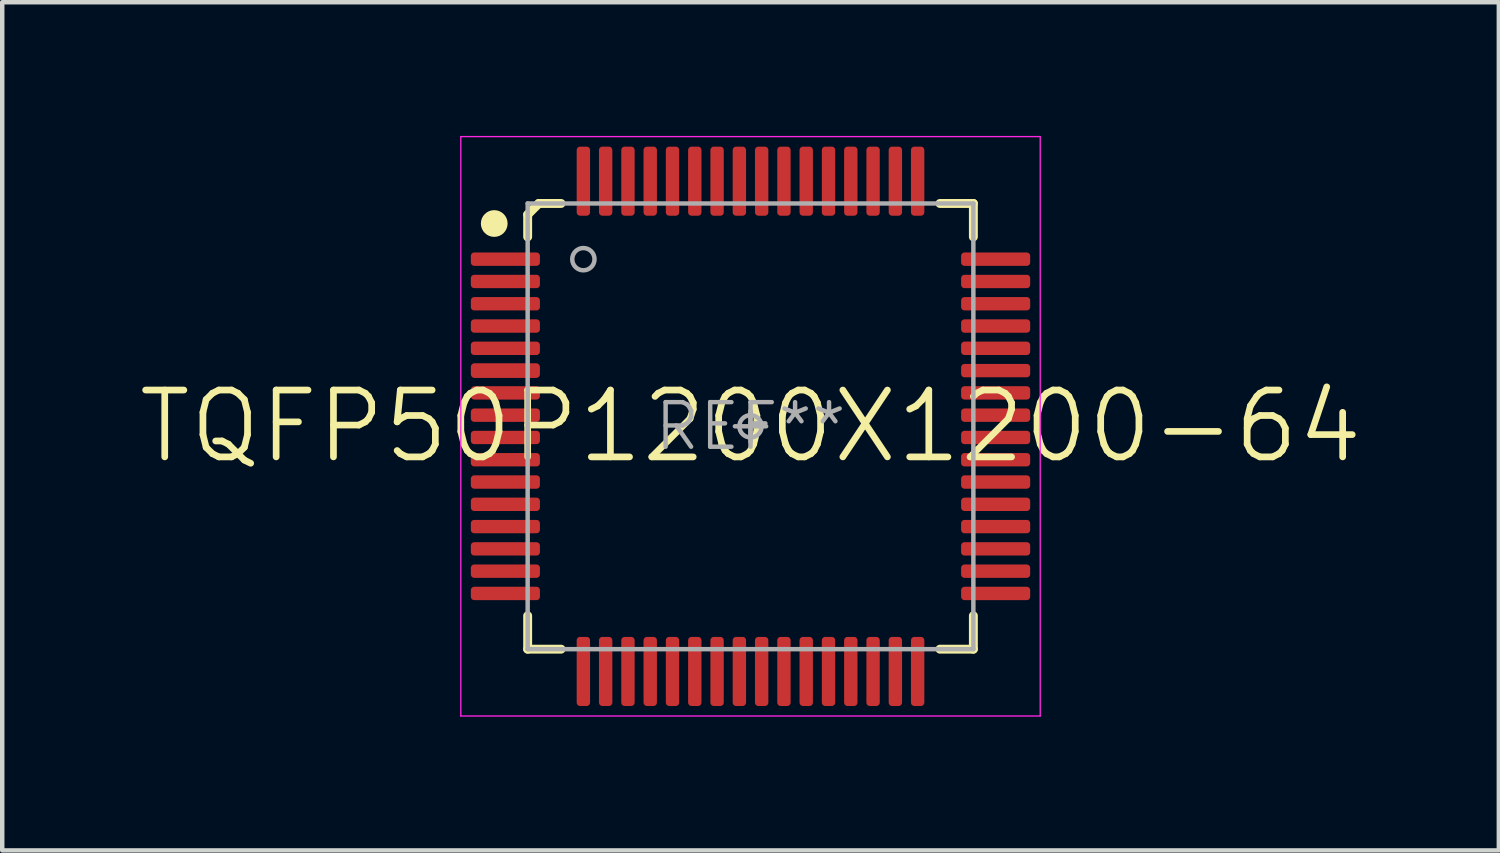
<source format=kicad_pcb>
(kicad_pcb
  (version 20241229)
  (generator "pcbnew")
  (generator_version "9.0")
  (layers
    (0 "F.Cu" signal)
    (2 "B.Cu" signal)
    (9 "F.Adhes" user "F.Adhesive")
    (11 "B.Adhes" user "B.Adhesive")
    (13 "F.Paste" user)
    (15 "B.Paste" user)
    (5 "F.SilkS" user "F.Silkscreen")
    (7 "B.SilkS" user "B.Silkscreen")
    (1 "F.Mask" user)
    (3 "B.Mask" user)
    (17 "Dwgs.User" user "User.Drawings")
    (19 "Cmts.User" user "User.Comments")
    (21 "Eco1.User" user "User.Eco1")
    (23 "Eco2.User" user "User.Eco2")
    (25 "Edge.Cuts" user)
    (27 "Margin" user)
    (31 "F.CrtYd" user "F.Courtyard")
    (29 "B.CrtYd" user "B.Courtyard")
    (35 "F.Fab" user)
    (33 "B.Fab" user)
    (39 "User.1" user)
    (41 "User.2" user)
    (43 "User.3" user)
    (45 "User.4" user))
  (footprint "TQFP50P1200X1200-64"
    (layer "F.Cu")
    (at 13.789 6.515)
    (property "Reference" "TQFP50P1200X1200-64" (at 0 0 0) (layer "F.SilkS") (effects (font (size 1.5 1.5) (thickness 0.15))))
    (attr through_hole)
    (fp_line (start -5.748 -4.679) (end -5.748 -4.422) (stroke (width 0.3) (type solid)) (layer "F.SilkS"))
    (fp_line (start -5 -4.75) (end -5 -4.25) (stroke (width 0.2) (type solid)) (layer "F.SilkS"))
    (fp_line (start -5 4.25) (end -5 5) (stroke (width 0.2) (type solid)) (layer "F.SilkS"))
    (fp_line (start -5 5) (end -4.25 5) (stroke (width 0.2) (type solid)) (layer "F.SilkS"))
    (fp_line (start -4.75 -5) (end -5 -4.75) (stroke (width 0.2) (type solid)) (layer "F.SilkS"))
    (fp_line (start -4.25 -5) (end -4.75 -5) (stroke (width 0.2) (type solid)) (layer "F.SilkS"))
    (fp_line (start 4.25 -5) (end 5 -5) (stroke (width 0.2) (type solid)) (layer "F.SilkS"))
    (fp_line (start 4.25 5) (end 5 5) (stroke (width 0.2) (type solid)) (layer "F.SilkS"))
    (fp_line (start 5 -5) (end 5 -4.25) (stroke (width 0.2) (type solid)) (layer "F.SilkS"))
    (fp_line (start 5 5) (end 5 4.25) (stroke (width 0.2) (type solid)) (layer "F.SilkS"))
    (fp_circle (center -5.75 -4.55) (end -5.75 -4.35) (stroke (width 0.2) (type solid)) (fill no) (layer "F.SilkS"))
    (fp_line (start -6.5 -6.5) (end -6.5 6.5) (stroke (width 0.03) (type solid)) (layer "F.CrtYd"))
    (fp_line (start -6.5 6.5) (end 6.5 6.5) (stroke (width 0.03) (type solid)) (layer "F.CrtYd"))
    (fp_line (start 6.5 -6.5) (end -6.5 -6.5) (stroke (width 0.03) (type solid)) (layer "F.CrtYd"))
    (fp_line (start 6.5 6.5) (end 6.5 -6.5) (stroke (width 0.03) (type solid)) (layer "F.CrtYd"))
    (fp_line (start -5 -5) (end -5 5) (stroke (width 0.1) (type solid)) (layer "F.Fab"))
    (fp_line (start -5 5) (end 5 5) (stroke (width 0.1) (type solid)) (layer "F.Fab"))
    (fp_line (start -0.35 0) (end 0.35 0) (stroke (width 0.1) (type solid)) (layer "F.Fab"))
    (fp_line (start 0 -0.35) (end 0 0.35) (stroke (width 0.1) (type solid)) (layer "F.Fab"))
    (fp_line (start 5 -5) (end -5 -5) (stroke (width 0.1) (type solid)) (layer "F.Fab"))
    (fp_line (start 5 5) (end 5 -5) (stroke (width 0.1) (type solid)) (layer "F.Fab"))
    (fp_circle (center -3.75 -3.75) (end -3.5 -3.75) (stroke (width 0.1) (type solid)) (fill no) (layer "F.Fab"))
    (fp_circle (center 0 0) (end 0.25 0) (stroke (width 0.1) (type solid)) (fill no) (layer "F.Fab"))
    (fp_text user "REF**" (at 0 0 0) (layer "F.Fab") (effects (font (size 1 1) (thickness 0.1))))
    (pad "1" smd roundrect (at -5.5 -3.75) (size 1.55 0.3) (layers "F.Cu" "F.Mask" "F.Paste") (roundrect_rratio 0.25))
    (pad "2" smd roundrect (at -5.5 -3.25) (size 1.55 0.3) (layers "F.Cu" "F.Mask" "F.Paste") (roundrect_rratio 0.25))
    (pad "3" smd roundrect (at -5.5 -2.75) (size 1.55 0.3) (layers "F.Cu" "F.Mask" "F.Paste") (roundrect_rratio 0.25))
    (pad "4" smd roundrect (at -5.5 -2.25) (size 1.55 0.3) (layers "F.Cu" "F.Mask" "F.Paste") (roundrect_rratio 0.25))
    (pad "5" smd roundrect (at -5.5 -1.75) (size 1.55 0.3) (layers "F.Cu" "F.Mask" "F.Paste") (roundrect_rratio 0.25))
    (pad "6" smd roundrect (at -5.5 -1.25 180) (size 1.55 0.33) (layers "F.Cu" "F.Mask" "F.Paste") (roundrect_rratio 0.25))
    (pad "7" smd roundrect (at -5.5 -0.75) (size 1.55 0.3) (layers "F.Cu" "F.Mask" "F.Paste") (roundrect_rratio 0.25))
    (pad "8" smd roundrect (at -5.5 -0.25) (size 1.55 0.3) (layers "F.Cu" "F.Mask" "F.Paste") (roundrect_rratio 0.25))
    (pad "9" smd roundrect (at -5.5 0.25) (size 1.55 0.3) (layers "F.Cu" "F.Mask" "F.Paste") (roundrect_rratio 0.25))
    (pad "10" smd roundrect (at -5.5 0.75) (size 1.55 0.3) (layers "F.Cu" "F.Mask" "F.Paste") (roundrect_rratio 0.25))
    (pad "11" smd roundrect (at -5.5 1.25) (size 1.55 0.3) (layers "F.Cu" "F.Mask" "F.Paste") (roundrect_rratio 0.25))
    (pad "12" smd roundrect (at -5.5 1.75) (size 1.55 0.3) (layers "F.Cu" "F.Mask" "F.Paste") (roundrect_rratio 0.25))
    (pad "13" smd roundrect (at -5.5 2.25) (size 1.55 0.3) (layers "F.Cu" "F.Mask" "F.Paste") (roundrect_rratio 0.25))
    (pad "14" smd roundrect (at -5.5 2.75) (size 1.55 0.3) (layers "F.Cu" "F.Mask" "F.Paste") (roundrect_rratio 0.25))
    (pad "15" smd roundrect (at -5.5 3.25) (size 1.55 0.3) (layers "F.Cu" "F.Mask" "F.Paste") (roundrect_rratio 0.25))
    (pad "16" smd roundrect (at -5.5 3.75) (size 1.55 0.3) (layers "F.Cu" "F.Mask" "F.Paste") (roundrect_rratio 0.25))
    (pad "17" smd roundrect (at -3.75 5.5 90) (size 1.55 0.3) (layers "F.Cu" "F.Mask" "F.Paste") (roundrect_rratio 0.25))
    (pad "18" smd roundrect (at -3.25 5.5 90) (size 1.55 0.3) (layers "F.Cu" "F.Mask" "F.Paste") (roundrect_rratio 0.25))
    (pad "19" smd roundrect (at -2.75 5.5 90) (size 1.55 0.3) (layers "F.Cu" "F.Mask" "F.Paste") (roundrect_rratio 0.25))
    (pad "20" smd roundrect (at -2.25 5.5 90) (size 1.55 0.3) (layers "F.Cu" "F.Mask" "F.Paste") (roundrect_rratio 0.25))
    (pad "21" smd roundrect (at -1.75 5.5 90) (size 1.55 0.3) (layers "F.Cu" "F.Mask" "F.Paste") (roundrect_rratio 0.25))
    (pad "22" smd roundrect (at -1.25 5.5 90) (size 1.55 0.3) (layers "F.Cu" "F.Mask" "F.Paste") (roundrect_rratio 0.25))
    (pad "23" smd roundrect (at -0.75 5.5 90) (size 1.55 0.3) (layers "F.Cu" "F.Mask" "F.Paste") (roundrect_rratio 0.25))
    (pad "24" smd roundrect (at -0.25 5.5 90) (size 1.55 0.3) (layers "F.Cu" "F.Mask" "F.Paste") (roundrect_rratio 0.25))
    (pad "25" smd roundrect (at 0.25 5.5 90) (size 1.55 0.3) (layers "F.Cu" "F.Mask" "F.Paste") (roundrect_rratio 0.25))
    (pad "26" smd roundrect (at 0.75 5.5 90) (size 1.55 0.3) (layers "F.Cu" "F.Mask" "F.Paste") (roundrect_rratio 0.25))
    (pad "27" smd roundrect (at 1.25 5.5 90) (size 1.55 0.3) (layers "F.Cu" "F.Mask" "F.Paste") (roundrect_rratio 0.25))
    (pad "28" smd roundrect (at 1.75 5.5 90) (size 1.55 0.3) (layers "F.Cu" "F.Mask" "F.Paste") (roundrect_rratio 0.25))
    (pad "29" smd roundrect (at 2.25 5.5 90) (size 1.55 0.3) (layers "F.Cu" "F.Mask" "F.Paste") (roundrect_rratio 0.25))
    (pad "30" smd roundrect (at 2.75 5.5 90) (size 1.55 0.3) (layers "F.Cu" "F.Mask" "F.Paste") (roundrect_rratio 0.25))
    (pad "31" smd roundrect (at 3.25 5.5 90) (size 1.55 0.3) (layers "F.Cu" "F.Mask" "F.Paste") (roundrect_rratio 0.25))
    (pad "32" smd roundrect (at 3.75 5.5 90) (size 1.55 0.3) (layers "F.Cu" "F.Mask" "F.Paste") (roundrect_rratio 0.25))
    (pad "33" smd roundrect (at 5.5 3.75) (size 1.55 0.3) (layers "F.Cu" "F.Mask" "F.Paste") (roundrect_rratio 0.25))
    (pad "34" smd roundrect (at 5.5 3.25) (size 1.55 0.3) (layers "F.Cu" "F.Mask" "F.Paste") (roundrect_rratio 0.25))
    (pad "35" smd roundrect (at 5.5 2.75) (size 1.55 0.3) (layers "F.Cu" "F.Mask" "F.Paste") (roundrect_rratio 0.25))
    (pad "36" smd roundrect (at 5.5 2.25) (size 1.55 0.3) (layers "F.Cu" "F.Mask" "F.Paste") (roundrect_rratio 0.25))
    (pad "37" smd roundrect (at 5.5 1.75) (size 1.55 0.3) (layers "F.Cu" "F.Mask" "F.Paste") (roundrect_rratio 0.25))
    (pad "38" smd roundrect (at 5.5 1.25) (size 1.55 0.3) (layers "F.Cu" "F.Mask" "F.Paste") (roundrect_rratio 0.25))
    (pad "39" smd roundrect (at 5.5 0.75) (size 1.55 0.3) (layers "F.Cu" "F.Mask" "F.Paste") (roundrect_rratio 0.25))
    (pad "40" smd roundrect (at 5.5 0.25) (size 1.55 0.3) (layers "F.Cu" "F.Mask" "F.Paste") (roundrect_rratio 0.25))
    (pad "41" smd roundrect (at 5.5 -0.25) (size 1.55 0.3) (layers "F.Cu" "F.Mask" "F.Paste") (roundrect_rratio 0.25))
    (pad "42" smd roundrect (at 5.5 -0.75) (size 1.55 0.3) (layers "F.Cu" "F.Mask" "F.Paste") (roundrect_rratio 0.25))
    (pad "43" smd roundrect (at 5.5 -1.25) (size 1.55 0.3) (layers "F.Cu" "F.Mask" "F.Paste") (roundrect_rratio 0.25))
    (pad "44" smd roundrect (at 5.5 -1.75) (size 1.55 0.3) (layers "F.Cu" "F.Mask" "F.Paste") (roundrect_rratio 0.25))
    (pad "45" smd roundrect (at 5.5 -2.25) (size 1.55 0.3) (layers "F.Cu" "F.Mask" "F.Paste") (roundrect_rratio 0.25))
    (pad "46" smd roundrect (at 5.5 -2.75) (size 1.55 0.3) (layers "F.Cu" "F.Mask" "F.Paste") (roundrect_rratio 0.25))
    (pad "47" smd roundrect (at 5.5 -3.25) (size 1.55 0.3) (layers "F.Cu" "F.Mask" "F.Paste") (roundrect_rratio 0.25))
    (pad "48" smd roundrect (at 5.5 -3.75) (size 1.55 0.3) (layers "F.Cu" "F.Mask" "F.Paste") (roundrect_rratio 0.25))
    (pad "49" smd roundrect (at 3.75 -5.5 90) (size 1.55 0.3) (layers "F.Cu" "F.Mask" "F.Paste") (roundrect_rratio 0.25))
    (pad "50" smd roundrect (at 3.25 -5.5 90) (size 1.55 0.3) (layers "F.Cu" "F.Mask" "F.Paste") (roundrect_rratio 0.25))
    (pad "51" smd roundrect (at 2.75 -5.5 90) (size 1.55 0.3) (layers "F.Cu" "F.Mask" "F.Paste") (roundrect_rratio 0.25))
    (pad "52" smd roundrect (at 2.25 -5.5 90) (size 1.55 0.3) (layers "F.Cu" "F.Mask" "F.Paste") (roundrect_rratio 0.25))
    (pad "53" smd roundrect (at 1.75 -5.5 90) (size 1.55 0.3) (layers "F.Cu" "F.Mask" "F.Paste") (roundrect_rratio 0.25))
    (pad "54" smd roundrect (at 1.25 -5.5 90) (size 1.55 0.3) (layers "F.Cu" "F.Mask" "F.Paste") (roundrect_rratio 0.25))
    (pad "55" smd roundrect (at 0.75 -5.5 90) (size 1.55 0.3) (layers "F.Cu" "F.Mask" "F.Paste") (roundrect_rratio 0.25))
    (pad "56" smd roundrect (at 0.25 -5.5 270) (size 1.55 0.3) (layers "F.Cu" "F.Mask" "F.Paste") (roundrect_rratio 0.25))
    (pad "57" smd roundrect (at -0.25 -5.5 90) (size 1.55 0.3) (layers "F.Cu" "F.Mask" "F.Paste") (roundrect_rratio 0.25))
    (pad "58" smd roundrect (at -0.75 -5.5 90) (size 1.55 0.3) (layers "F.Cu" "F.Mask" "F.Paste") (roundrect_rratio 0.25))
    (pad "59" smd roundrect (at -1.25 -5.5 90) (size 1.55 0.3) (layers "F.Cu" "F.Mask" "F.Paste") (roundrect_rratio 0.25))
    (pad "60" smd roundrect (at -1.75 -5.5 90) (size 1.55 0.3) (layers "F.Cu" "F.Mask" "F.Paste") (roundrect_rratio 0.25))
    (pad "61" smd roundrect (at -2.25 -5.5 90) (size 1.55 0.3) (layers "F.Cu" "F.Mask" "F.Paste") (roundrect_rratio 0.25))
    (pad "62" smd roundrect (at -2.75 -5.5 90) (size 1.55 0.3) (layers "F.Cu" "F.Mask" "F.Paste") (roundrect_rratio 0.25))
    (pad "63" smd roundrect (at -3.25 -5.5 90) (size 1.55 0.3) (layers "F.Cu" "F.Mask" "F.Paste") (roundrect_rratio 0.25))
    (pad "64" smd roundrect (at -3.75 -5.5 90) (size 1.55 0.3) (layers "F.Cu" "F.Mask" "F.Paste") (roundrect_rratio 0.25)))
  (gr_rect
    (start -3 -3)
    (end 30.579 16.03)
    (stroke (width 0.1) (type default))
    (fill no)
    (layer "Edge.Cuts")))
</source>
